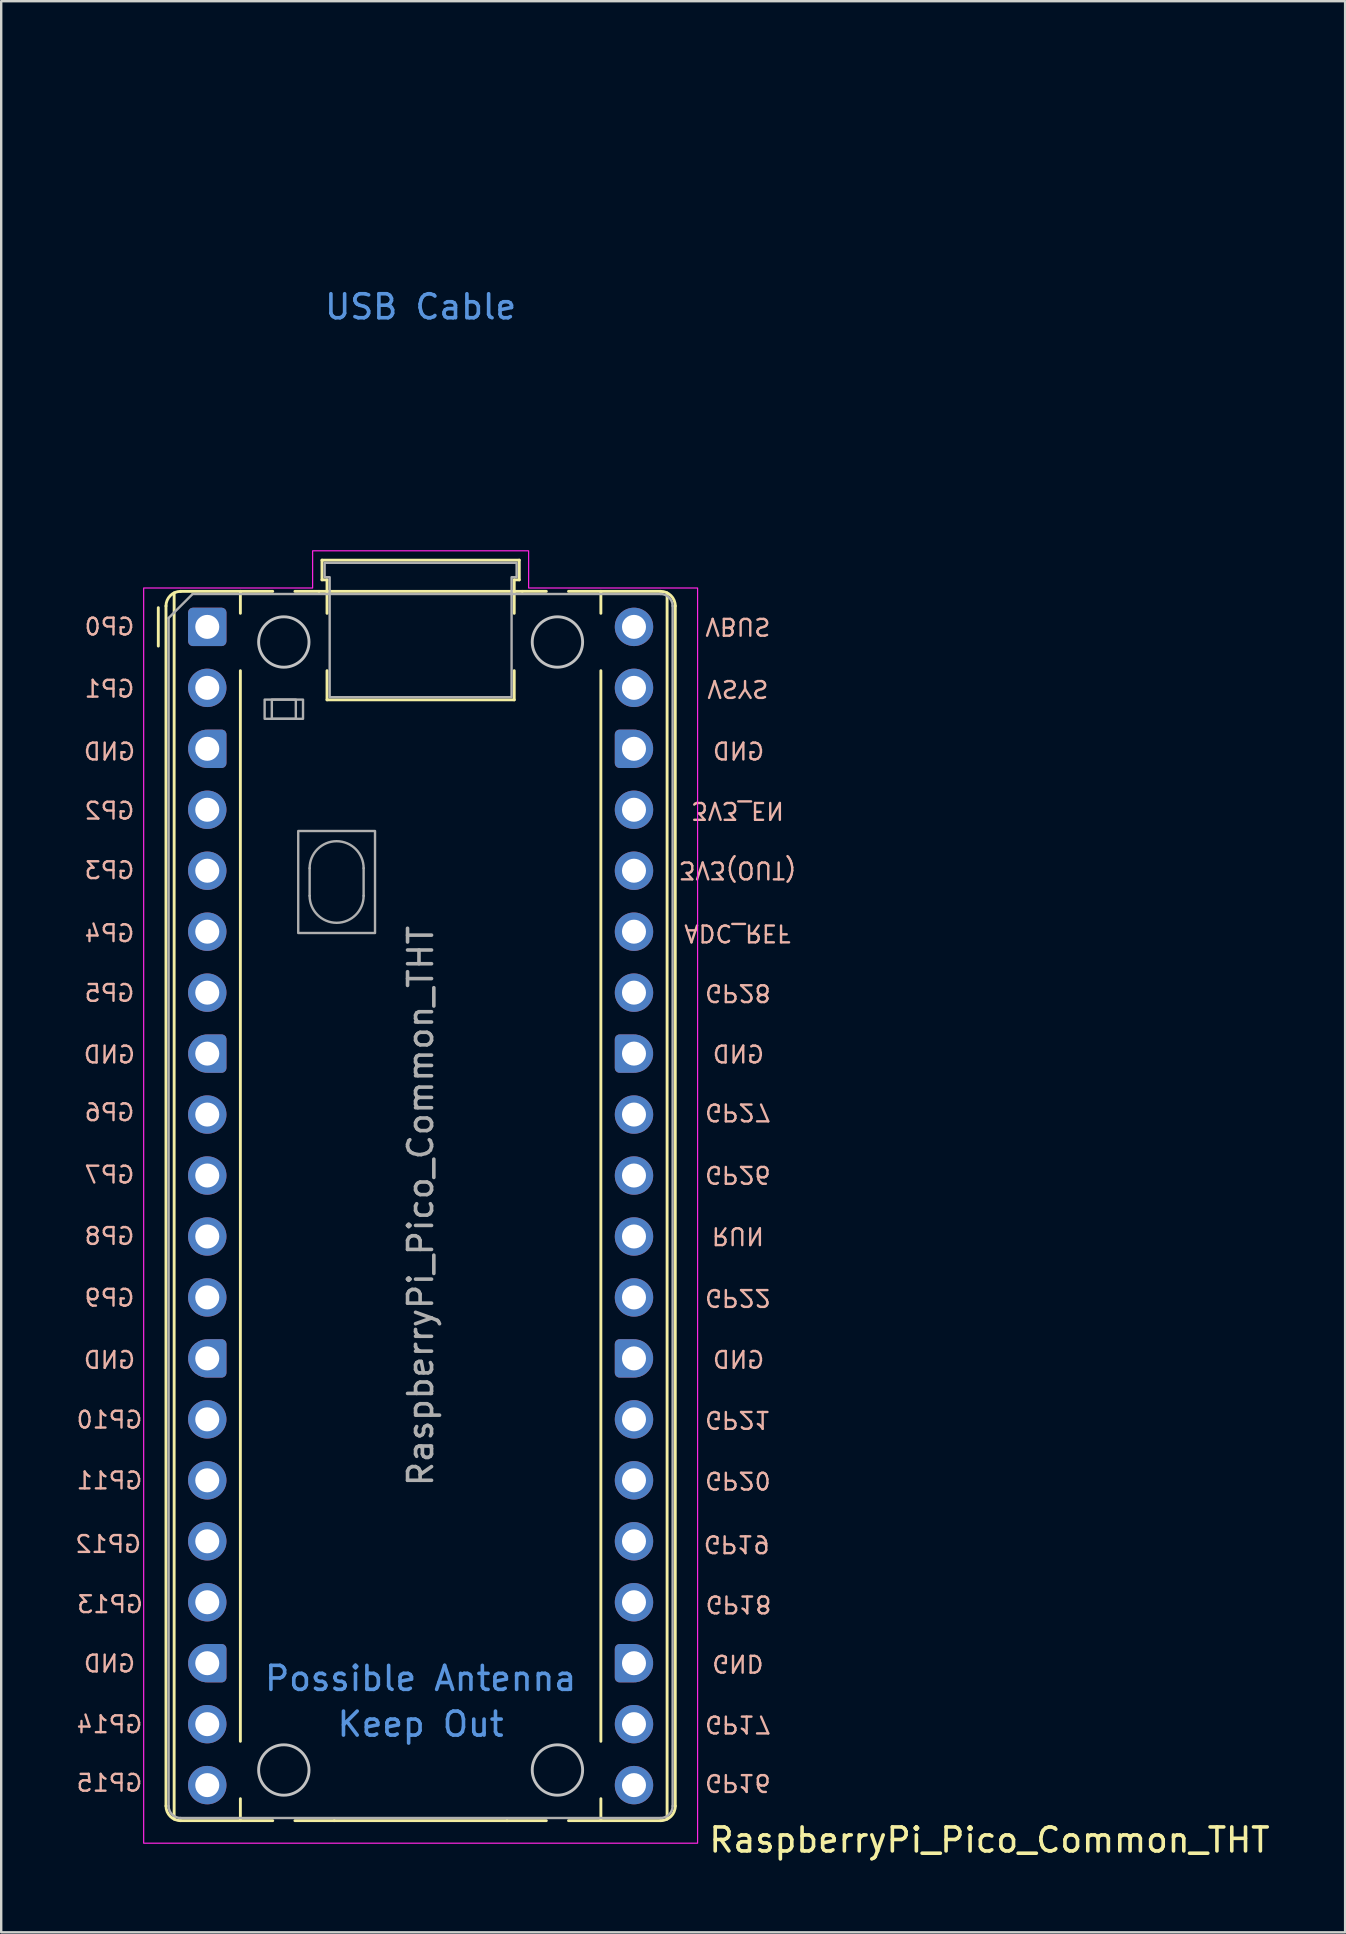
<source format=kicad_pcb>
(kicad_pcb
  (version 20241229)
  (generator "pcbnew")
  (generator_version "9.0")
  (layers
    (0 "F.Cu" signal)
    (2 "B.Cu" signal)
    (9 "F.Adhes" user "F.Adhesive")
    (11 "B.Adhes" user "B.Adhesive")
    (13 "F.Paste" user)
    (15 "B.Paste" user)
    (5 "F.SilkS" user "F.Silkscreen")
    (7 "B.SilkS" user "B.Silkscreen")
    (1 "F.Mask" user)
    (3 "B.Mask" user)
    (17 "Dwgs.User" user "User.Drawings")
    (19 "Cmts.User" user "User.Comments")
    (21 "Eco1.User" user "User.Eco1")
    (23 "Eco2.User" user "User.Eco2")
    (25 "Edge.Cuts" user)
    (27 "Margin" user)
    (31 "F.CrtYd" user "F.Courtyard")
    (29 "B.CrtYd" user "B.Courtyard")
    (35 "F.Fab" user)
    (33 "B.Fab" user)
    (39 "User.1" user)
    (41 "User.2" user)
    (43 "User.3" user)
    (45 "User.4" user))
  (footprint "RaspberryPi_Pico_Common_THT"
    (layer "F.Cu")
    (at 5.586 23.07)
    (property "Reference" "RaspberryPi_Pico_Common_THT" (at 20.828 50.546 0) (unlocked yes) (layer "F.SilkS") (effects (font (size 1 1) (thickness 0.15)) (justify left)))
    (attr through_hole)
    (fp_line (start -2.04 0.8) (end -2.04 -0.8) (stroke (width 0.12) (type solid)) (layer "F.SilkS"))
    (fp_line (start -1.72 -0.87) (end -1.72 49.13) (stroke (width 0.12) (type solid)) (layer "F.SilkS"))
    (fp_line (start -1.38 -1.417) (end -1.38 49.677) (stroke (width 0.12) (type solid)) (layer "F.SilkS"))
    (fp_line (start -1.11 -1.48) (end 1.38 -1.48) (stroke (width 0.12) (type solid)) (layer "F.SilkS"))
    (fp_line (start -1.11 49.74) (end 2.728 49.74) (stroke (width 0.12) (type solid)) (layer "F.SilkS"))
    (fp_line (start 1.38 -1.48) (end 1.38 -0.566) (stroke (width 0.12) (type solid)) (layer "F.SilkS"))
    (fp_line (start 1.38 -1.48) (end 2.728 -1.48) (stroke (width 0.12) (type solid)) (layer "F.SilkS"))
    (fp_line (start 1.38 1.826) (end 1.38 46.434) (stroke (width 0.12) (type solid)) (layer "F.SilkS"))
    (fp_line (start 1.38 48.826) (end 1.38 49.74) (stroke (width 0.12) (type solid)) (layer "F.SilkS"))
    (fp_line (start 3.652 -1.48) (end 4.655 -1.48) (stroke (width 0.12) (type solid)) (layer "F.SilkS"))
    (fp_line (start 4.655 -1.48) (end 13.125 -1.48) (stroke (width 0.12) (type solid)) (layer "F.SilkS"))
    (fp_line (start 4.78 -2.78) (end 4.78 -1.96) (stroke (width 0.12) (type solid)) (layer "F.SilkS"))
    (fp_line (start 4.78 -2.78) (end 13 -2.78) (stroke (width 0.12) (type solid)) (layer "F.SilkS"))
    (fp_line (start 4.78 -1.96) (end 4.99 -1.96) (stroke (width 0.12) (type solid)) (layer "F.SilkS"))
    (fp_line (start 4.99 -1.96) (end 4.99 -0.564) (stroke (width 0.12) (type solid)) (layer "F.SilkS"))
    (fp_line (start 4.99 1.824) (end 4.99 3.04) (stroke (width 0.12) (type solid)) (layer "F.SilkS"))
    (fp_line (start 5.29 49.74) (end 3.652 49.74) (stroke (width 0.12) (type solid)) (layer "F.SilkS"))
    (fp_line (start 12.49 49.74) (end 5.29 49.74) (stroke (width 0.12) (type solid)) (layer "F.SilkS"))
    (fp_line (start 12.79 -1.96) (end 12.79 -0.564) (stroke (width 0.12) (type solid)) (layer "F.SilkS"))
    (fp_line (start 12.79 1.824) (end 12.79 3.04) (stroke (width 0.12) (type solid)) (layer "F.SilkS"))
    (fp_line (start 12.79 3.04) (end 4.99 3.04) (stroke (width 0.12) (type solid)) (layer "F.SilkS"))
    (fp_line (start 13 -2.78) (end 13 -1.96) (stroke (width 0.12) (type solid)) (layer "F.SilkS"))
    (fp_line (start 13 -1.96) (end 12.79 -1.96) (stroke (width 0.12) (type solid)) (layer "F.SilkS"))
    (fp_line (start 13.125 -1.48) (end 14.128 -1.48) (stroke (width 0.12) (type solid)) (layer "F.SilkS"))
    (fp_line (start 14.128 49.74) (end 12.49 49.74) (stroke (width 0.12) (type solid)) (layer "F.SilkS"))
    (fp_line (start 15.052 -1.48) (end 16.4 -1.48) (stroke (width 0.12) (type solid)) (layer "F.SilkS"))
    (fp_line (start 15.052 49.74) (end 18.89 49.74) (stroke (width 0.12) (type solid)) (layer "F.SilkS"))
    (fp_line (start 16.4 -1.48) (end 16.4 -0.566) (stroke (width 0.12) (type solid)) (layer "F.SilkS"))
    (fp_line (start 16.4 1.826) (end 16.4 46.434) (stroke (width 0.12) (type solid)) (layer "F.SilkS"))
    (fp_line (start 16.4 48.826) (end 16.4 49.74) (stroke (width 0.12) (type solid)) (layer "F.SilkS"))
    (fp_line (start 18.89 -1.48) (end 16.4 -1.48) (stroke (width 0.12) (type solid)) (layer "F.SilkS"))
    (fp_line (start 19.16 49.677) (end 19.16 -1.417) (stroke (width 0.12) (type solid)) (layer "F.SilkS"))
    (fp_line (start 19.5 -0.87) (end 19.5 49.13) (stroke (width 0.12) (type solid)) (layer "F.SilkS"))
    (fp_arc (start -1.72 -0.87) (mid -1.541335 -1.301335) (end -1.11 -1.48) (stroke (width 0.12) (type solid)) (layer "F.SilkS"))
    (fp_arc (start -1.11 49.74) (mid -1.541364 49.561364) (end -1.72 49.13) (stroke (width 0.12) (type solid)) (layer "F.SilkS"))
    (fp_arc (start 18.89 -1.48) (mid 19.321335 -1.301335) (end 19.5 -0.87) (stroke (width 0.12) (type solid)) (layer "F.SilkS"))
    (fp_arc (start 19.5 49.13) (mid 19.321335 49.561335) (end 18.89 49.74) (stroke (width 0.12) (type solid)) (layer "F.SilkS"))
    (fp_circle (center 3.19 0.63) (end 4.24 0.63) (stroke (width 0.12) (type solid)) (fill no) (layer "Dwgs.User"))
    (fp_circle (center 3.19 47.63) (end 4.24 47.63) (stroke (width 0.12) (type solid)) (fill no) (layer "Dwgs.User"))
    (fp_circle (center 14.59 0.63) (end 15.64 0.63) (stroke (width 0.12) (type solid)) (fill no) (layer "Dwgs.User"))
    (fp_circle (center 14.59 47.63) (end 15.64 47.63) (stroke (width 0.12) (type solid)) (fill no) (layer "Dwgs.User"))
    (fp_poly (pts (xy 4.39 -3.17) (xy 13.39 -3.17) (xy 13.39 -1.62) (xy 20.43 -1.62) (xy 20.43 50.68) (xy -2.65 50.68) (xy -2.65 -1.62) (xy 4.39 -1.62)) (stroke (width 0.05) (type solid)) (fill no) (layer "F.CrtYd"))
    (fp_line (start -1.61 -0.37) (end -0.61 -1.37) (stroke (width 0.1) (type solid)) (layer "F.Fab"))
    (fp_line (start -1.61 49.13) (end -1.61 -0.37) (stroke (width 0.1) (type solid)) (layer "F.Fab"))
    (fp_line (start -0.61 -1.37) (end 18.89 -1.37) (stroke (width 0.1) (type solid)) (layer "F.Fab"))
    (fp_line (start 4.265 10.055) (end 4.265 11.205) (stroke (width 0.1) (type solid)) (layer "F.Fab"))
    (fp_line (start 6.515 10.055) (end 6.515 11.205) (stroke (width 0.1) (type solid)) (layer "F.Fab"))
    (fp_line (start 18.89 49.63) (end -1.11 49.63) (stroke (width 0.1) (type solid)) (layer "F.Fab"))
    (fp_line (start 19.39 -0.87) (end 19.39 49.13) (stroke (width 0.1) (type solid)) (layer "F.Fab"))
    (fp_rect (start 2.39 3.03) (end 3.99 3.83) (stroke (width 0.1) (type solid)) (fill no) (layer "F.Fab"))
    (fp_rect (start 2.69 3.03) (end 3.69 3.83) (stroke (width 0.1) (type solid)) (fill no) (layer "F.Fab"))
    (fp_rect (start 3.79 8.505) (end 6.99 12.755) (stroke (width 0.1) (type solid)) (fill no) (layer "F.Fab"))
    (fp_arc (start -1.11 49.63) (mid -1.463553 49.483553) (end -1.61 49.13) (stroke (width 0.1) (type solid)) (layer "F.Fab"))
    (fp_arc (start 4.265 10.055) (mid 5.39 8.93) (end 6.515 10.055) (stroke (width 0.1) (type solid)) (layer "F.Fab"))
    (fp_arc (start 6.515 11.205) (mid 5.39 12.33) (end 4.265 11.205) (stroke (width 0.1) (type solid)) (layer "F.Fab"))
    (fp_arc (start 18.89 -1.37) (mid 19.243553 -1.223553) (end 19.39 -0.87) (stroke (width 0.1) (type solid)) (layer "F.Fab"))
    (fp_arc (start 19.39 49.13) (mid 19.243553 49.483553) (end 18.89 49.63) (stroke (width 0.1) (type solid)) (layer "F.Fab"))
    (fp_poly (pts (xy 12.68 2.93) (xy 12.68 -2.07) (xy 12.89 -2.07) (xy 12.89 -2.67) (xy 4.89 -2.67) (xy 4.89 -2.07) (xy 5.1 -2.07) (xy 5.1 2.93)) (stroke (width 0.1) (type solid)) (fill no) (layer "F.Fab"))
    (fp_text user "GP8" (at -2.975 25.798 0) (unlocked yes) (layer "B.SilkS") (effects (font (size 0.7 0.7) (thickness 0.1)) (justify left bottom mirror)))
    (fp_text user "3V3(OUT)" (at 19.609 9.728 180) (unlocked yes) (layer "B.SilkS") (effects (font (size 0.7 0.7) (thickness 0.1)) (justify left bottom mirror)))
    (fp_text user "GP1" (at -2.975 2.997 0) (unlocked yes) (layer "B.SilkS") (effects (font (size 0.7 0.7) (thickness 0.1)) (justify left bottom mirror)))
    (fp_text user "GP6" (at -2.975 20.642 0) (unlocked yes) (layer "B.SilkS") (effects (font (size 0.7 0.7) (thickness 0.1)) (justify left bottom mirror)))
    (fp_text user "GND" (at -2.942 43.612 0) (unlocked yes) (layer "B.SilkS") (effects (font (size 0.7 0.7) (thickness 0.1)) (justify left bottom mirror)))
    (fp_text user "GP17" (at 20.675 45.314 180) (unlocked yes) (layer "B.SilkS") (effects (font (size 0.7 0.7) (thickness 0.1)) (justify left bottom mirror)))
    (fp_text user "GND" (at -2.942 30.963 0) (unlocked yes) (layer "B.SilkS") (effects (font (size 0.7 0.7) (thickness 0.1)) (justify left bottom mirror)))
    (fp_text user "RUN" (at 20.959 24.968 180) (unlocked yes) (layer "B.SilkS") (effects (font (size 0.7 0.7) (thickness 0.1)) (justify left bottom mirror)))
    (fp_text user "GP19" (at 20.625 37.803 180) (unlocked yes) (layer "B.SilkS") (effects (font (size 0.7 0.7) (thickness 0.1)) (justify left bottom mirror)))
    (fp_text user "GP28" (at 20.675 14.842 180) (unlocked yes) (layer "B.SilkS") (effects (font (size 0.7 0.7) (thickness 0.1)) (justify left bottom mirror)))
    (fp_text user "GND" (at 23.264 18.237 0) (unlocked yes) (layer "B.SilkS") (effects (font (size 0.7 0.7) (thickness 0.1)) (justify left bottom mirror)))
    (fp_text user "GP0" (at -2.975 0.406 0) (unlocked yes) (layer "B.SilkS") (effects (font (size 0.7 0.7) (thickness 0.1)) (justify left bottom mirror)))
    (fp_text user "GP13" (at -2.616 41.14 0) (unlocked yes) (layer "B.SilkS") (effects (font (size 0.7 0.7) (thickness 0.1)) (justify left bottom mirror)))
    (fp_text user "VSYS" (at 20.775 2.167 180) (unlocked yes) (layer "B.SilkS") (effects (font (size 0.7 0.7) (thickness 0.1)) (justify left bottom mirror)))
    (fp_text user "GP15" (at -2.642 48.582 0) (unlocked yes) (layer "B.SilkS") (effects (font (size 0.7 0.7) (thickness 0.1)) (justify left bottom mirror)))
    (fp_text user "GP9" (at -2.975 28.372 0) (unlocked yes) (layer "B.SilkS") (effects (font (size 0.7 0.7) (thickness 0.1)) (justify left bottom mirror)))
    (fp_text user "GP16" (at 20.675 47.752 180) (unlocked yes) (layer "B.SilkS") (effects (font (size 0.7 0.7) (thickness 0.1)) (justify left bottom mirror)))
    (fp_text user "GP26" (at 20.675 22.411 180) (unlocked yes) (layer "B.SilkS") (effects (font (size 0.7 0.7) (thickness 0.1)) (justify left bottom mirror)))
    (fp_text user "GP18" (at 20.701 40.31 180) (unlocked yes) (layer "B.SilkS") (effects (font (size 0.7 0.7) (thickness 0.1)) (justify left bottom mirror)))
    (fp_text user "VBUS" (at 20.692 -0.424 180) (unlocked yes) (layer "B.SilkS") (effects (font (size 0.7 0.7) (thickness 0.1)) (justify left bottom mirror)))
    (fp_text user "GP3" (at -2.975 10.558 0) (unlocked yes) (layer "B.SilkS") (effects (font (size 0.7 0.7) (thickness 0.1)) (justify left bottom mirror)))
    (fp_text user "GND" (at 23.269 5.613 0) (unlocked yes) (layer "B.SilkS") (effects (font (size 0.7 0.7) (thickness 0.1)) (justify left bottom mirror)))
    (fp_text user "3V3_EN" (at 20.125 7.247 180) (unlocked yes) (layer "B.SilkS") (effects (font (size 0.7 0.7) (thickness 0.1)) (justify left bottom mirror)))
    (fp_text user "GND" (at -2.942 5.613 0) (unlocked yes) (layer "B.SilkS") (effects (font (size 0.7 0.7) (thickness 0.1)) (justify left bottom mirror)))
    (fp_text user "GP21" (at 20.675 32.622 180) (unlocked yes) (layer "B.SilkS") (effects (font (size 0.7 0.7) (thickness 0.1)) (justify left bottom mirror)))
    (fp_text user "GND" (at 20.975 42.782 180) (unlocked yes) (layer "B.SilkS") (effects (font (size 0.7 0.7) (thickness 0.1)) (justify left bottom mirror)))
    (fp_text user "GP12" (at -2.692 38.633 0) (unlocked yes) (layer "B.SilkS") (effects (font (size 0.7 0.7) (thickness 0.1)) (justify left bottom mirror)))
    (fp_text user "GP7" (at -2.975 23.241 0) (unlocked yes) (layer "B.SilkS") (effects (font (size 0.7 0.7) (thickness 0.1)) (justify left bottom mirror)))
    (fp_text user "GP14" (at -2.642 46.144 0) (unlocked yes) (layer "B.SilkS") (effects (font (size 0.7 0.7) (thickness 0.1)) (justify left bottom mirror)))
    (fp_text user "ADC_REF" (at 19.809 12.353 180) (unlocked yes) (layer "B.SilkS") (effects (font (size 0.7 0.7) (thickness 0.1)) (justify left bottom mirror)))
    (fp_text user "GP22" (at 20.675 27.542 180) (unlocked yes) (layer "B.SilkS") (effects (font (size 0.7 0.7) (thickness 0.1)) (justify left bottom mirror)))
    (fp_text user "GND" (at -2.946 18.237 0) (unlocked yes) (layer "B.SilkS") (effects (font (size 0.7 0.7) (thickness 0.1)) (justify left bottom mirror)))
    (fp_text user "GND" (at 23.269 30.963 0) (unlocked yes) (layer "B.SilkS") (effects (font (size 0.7 0.7) (thickness 0.1)) (justify left bottom mirror)))
    (fp_text user "GP2" (at -2.975 8.077 0) (unlocked yes) (layer "B.SilkS") (effects (font (size 0.7 0.7) (thickness 0.1)) (justify left bottom mirror)))
    (fp_text user "GP5" (at -2.975 15.672 0) (unlocked yes) (layer "B.SilkS") (effects (font (size 0.7 0.7) (thickness 0.1)) (justify left bottom mirror)))
    (fp_text user "GP10" (at -2.642 33.452 0) (unlocked yes) (layer "B.SilkS") (effects (font (size 0.7 0.7) (thickness 0.1)) (justify left bottom mirror)))
    (fp_text user "GP4" (at -2.975 13.183 0) (unlocked yes) (layer "B.SilkS") (effects (font (size 0.7 0.7) (thickness 0.1)) (justify left bottom mirror)))
    (fp_text user "GP27" (at 20.675 19.812 180) (unlocked yes) (layer "B.SilkS") (effects (font (size 0.7 0.7) (thickness 0.1)) (justify left bottom mirror)))
    (fp_text user "GP20" (at 20.675 35.154 180) (unlocked yes) (layer "B.SilkS") (effects (font (size 0.7 0.7) (thickness 0.1)) (justify left bottom mirror)))
    (fp_text user "GP11" (at -2.642 35.984 0) (unlocked yes) (layer "B.SilkS") (effects (font (size 0.7 0.7) (thickness 0.1)) (justify left bottom mirror)))
    (fp_text user "USB Cable" (at 8.89 -13.335 0) (unlocked yes) (layer "Cmts.User") (effects (font (size 1 1) (thickness 0.15))))
    (fp_text user "Keep Out" (at 8.89 45.72 0) (unlocked yes) (layer "Cmts.User") (effects (font (size 1 1) (thickness 0.15))))
    (fp_text user "Possible Antenna" (at 8.89 43.815 0) (unlocked yes) (layer "Cmts.User") (effects (font (size 1 1) (thickness 0.15))))
    (fp_text user "${REFERENCE}" (at 8.89 24.13 90) (layer "F.Fab") (effects (font (size 1 1) (thickness 0.15))))
    (pad "1" thru_hole roundrect (at 0 0) (size 1.6 1.6) (drill 1) (layers "*.Cu" "*.Mask") (roundrect_rratio 0.125))
    (pad "2" thru_hole circle (at 0 2.54) (size 1.6 1.6) (drill 1) (layers "*.Cu" "*.Mask"))
    (pad "3" thru_hole custom (at 0 5.08) (size 1.6 1.6) (drill 1) (layers "*.Cu" "*.Mask") (options (anchor circle)) (primitives (gr_poly (pts (xy 0.8 0.6) (xy 0.8 -0.6) (xy 0.6 -0.8) (xy 0 -0.8) (xy 0 0.8) (xy 0.6 0.8)) (width 0) (fill yes)) (gr_circle (center 0.6 0.6) (end 0.8 0.6) (width 0) (fill yes)) (gr_circle (center 0.6 -0.6) (end 0.8 -0.6) (width 0) (fill yes))))
    (pad "4" thru_hole circle (at 0 7.62) (size 1.6 1.6) (drill 1) (layers "*.Cu" "*.Mask"))
    (pad "5" thru_hole circle (at 0 10.16) (size 1.6 1.6) (drill 1) (layers "*.Cu" "*.Mask"))
    (pad "6" thru_hole circle (at 0 12.7) (size 1.6 1.6) (drill 1) (layers "*.Cu" "*.Mask"))
    (pad "7" thru_hole circle (at 0 15.24) (size 1.6 1.6) (drill 1) (layers "*.Cu" "*.Mask"))
    (pad "8" thru_hole custom (at 0 17.78) (size 1.6 1.6) (drill 1) (layers "*.Cu" "*.Mask") (options (anchor circle)) (primitives (gr_poly (pts (xy 0.8 0.6) (xy 0.8 -0.6) (xy 0.6 -0.8) (xy 0 -0.8) (xy 0 0.8) (xy 0.6 0.8)) (width 0) (fill yes)) (gr_circle (center 0.6 0.6) (end 0.8 0.6) (width 0) (fill yes)) (gr_circle (center 0.6 -0.6) (end 0.8 -0.6) (width 0) (fill yes))))
    (pad "9" thru_hole circle (at 0 20.32) (size 1.6 1.6) (drill 1) (layers "*.Cu" "*.Mask"))
    (pad "10" thru_hole circle (at 0 22.86) (size 1.6 1.6) (drill 1) (layers "*.Cu" "*.Mask"))
    (pad "11" thru_hole circle (at 0 25.4) (size 1.6 1.6) (drill 1) (layers "*.Cu" "*.Mask"))
    (pad "12" thru_hole circle (at 0 27.94) (size 1.6 1.6) (drill 1) (layers "*.Cu" "*.Mask"))
    (pad "13" thru_hole custom (at 0 30.48) (size 1.6 1.6) (drill 1) (layers "*.Cu" "*.Mask") (options (anchor circle)) (primitives (gr_poly (pts (xy 0.8 0.6) (xy 0.8 -0.6) (xy 0.6 -0.8) (xy 0 -0.8) (xy 0 0.8) (xy 0.6 0.8)) (width 0) (fill yes)) (gr_circle (center 0.6 0.6) (end 0.8 0.6) (width 0) (fill yes)) (gr_circle (center 0.6 -0.6) (end 0.8 -0.6) (width 0) (fill yes))))
    (pad "14" thru_hole circle (at 0 33.02) (size 1.6 1.6) (drill 1) (layers "*.Cu" "*.Mask"))
    (pad "15" thru_hole circle (at 0 35.56) (size 1.6 1.6) (drill 1) (layers "*.Cu" "*.Mask"))
    (pad "16" thru_hole circle (at 0 38.1) (size 1.6 1.6) (drill 1) (layers "*.Cu" "*.Mask"))
    (pad "17" thru_hole circle (at 0 40.64) (size 1.6 1.6) (drill 1) (layers "*.Cu" "*.Mask"))
    (pad "18" thru_hole custom (at 0 43.18) (size 1.6 1.6) (drill 1) (layers "*.Cu" "*.Mask") (options (anchor circle)) (primitives (gr_poly (pts (xy 0.8 0.6) (xy 0.8 -0.6) (xy 0.6 -0.8) (xy 0 -0.8) (xy 0 0.8) (xy 0.6 0.8)) (width 0) (fill yes)) (gr_circle (center 0.6 0.6) (end 0.8 0.6) (width 0) (fill yes)) (gr_circle (center 0.6 -0.6) (end 0.8 -0.6) (width 0) (fill yes))))
    (pad "19" thru_hole circle (at 0 45.72) (size 1.6 1.6) (drill 1) (layers "*.Cu" "*.Mask"))
    (pad "20" thru_hole circle (at 0 48.26) (size 1.6 1.6) (drill 1) (layers "*.Cu" "*.Mask"))
    (pad "21" thru_hole circle (at 17.78 48.26) (size 1.6 1.6) (drill 1) (layers "*.Cu" "*.Mask"))
    (pad "22" thru_hole circle (at 17.78 45.72) (size 1.6 1.6) (drill 1) (layers "*.Cu" "*.Mask"))
    (pad "23" thru_hole custom (at 17.78 43.18) (size 1.6 1.6) (drill 1) (layers "*.Cu" "*.Mask") (options (anchor circle)) (primitives (gr_poly (pts (xy -0.8 0.6) (xy -0.8 -0.6) (xy -0.6 -0.8) (xy 0 -0.8) (xy 0 0.8) (xy -0.6 0.8)) (width 0) (fill yes)) (gr_circle (center -0.6 0.6) (end -0.4 0.6) (width 0) (fill yes)) (gr_circle (center -0.6 -0.6) (end -0.4 -0.6) (width 0) (fill yes))))
    (pad "24" thru_hole circle (at 17.78 40.64) (size 1.6 1.6) (drill 1) (layers "*.Cu" "*.Mask"))
    (pad "25" thru_hole circle (at 17.78 38.1) (size 1.6 1.6) (drill 1) (layers "*.Cu" "*.Mask"))
    (pad "26" thru_hole circle (at 17.78 35.56) (size 1.6 1.6) (drill 1) (layers "*.Cu" "*.Mask"))
    (pad "27" thru_hole circle (at 17.78 33.02) (size 1.6 1.6) (drill 1) (layers "*.Cu" "*.Mask"))
    (pad "28" thru_hole custom (at 17.78 30.48) (size 1.6 1.6) (drill 1) (layers "*.Cu" "*.Mask") (options (anchor circle)) (primitives (gr_poly (pts (xy -0.8 0.6) (xy -0.8 -0.6) (xy -0.6 -0.8) (xy 0 -0.8) (xy 0 0.8) (xy -0.6 0.8)) (width 0) (fill yes)) (gr_circle (center -0.6 0.6) (end -0.4 0.6) (width 0) (fill yes)) (gr_circle (center -0.6 -0.6) (end -0.4 -0.6) (width 0) (fill yes))))
    (pad "29" thru_hole circle (at 17.78 27.94) (size 1.6 1.6) (drill 1) (layers "*.Cu" "*.Mask"))
    (pad "30" thru_hole circle (at 17.78 25.4) (size 1.6 1.6) (drill 1) (layers "*.Cu" "*.Mask"))
    (pad "31" thru_hole circle (at 17.78 22.86) (size 1.6 1.6) (drill 1) (layers "*.Cu" "*.Mask"))
    (pad "32" thru_hole circle (at 17.78 20.32) (size 1.6 1.6) (drill 1) (layers "*.Cu" "*.Mask"))
    (pad "33" thru_hole custom (at 17.78 17.78) (size 1.6 1.6) (drill 1) (layers "*.Cu" "*.Mask") (options (anchor circle)) (primitives (gr_poly (pts (xy -0.8 0.6) (xy -0.8 -0.6) (xy -0.6 -0.8) (xy 0 -0.8) (xy 0 0.8) (xy -0.6 0.8)) (width 0) (fill yes)) (gr_circle (center -0.6 0.6) (end -0.4 0.6) (width 0) (fill yes)) (gr_circle (center -0.6 -0.6) (end -0.4 -0.6) (width 0) (fill yes))))
    (pad "34" thru_hole circle (at 17.78 15.24) (size 1.6 1.6) (drill 1) (layers "*.Cu" "*.Mask"))
    (pad "35" thru_hole circle (at 17.78 12.7) (size 1.6 1.6) (drill 1) (layers "*.Cu" "*.Mask"))
    (pad "36" thru_hole circle (at 17.78 10.16) (size 1.6 1.6) (drill 1) (layers "*.Cu" "*.Mask"))
    (pad "37" thru_hole circle (at 17.78 7.62) (size 1.6 1.6) (drill 1) (layers "*.Cu" "*.Mask"))
    (pad "38" thru_hole custom (at 17.78 5.08) (size 1.6 1.6) (drill 1) (layers "*.Cu" "*.Mask") (options (anchor circle)) (primitives (gr_poly (pts (xy -0.8 0.6) (xy -0.8 -0.6) (xy -0.6 -0.8) (xy 0 -0.8) (xy 0 0.8) (xy -0.6 0.8)) (width 0) (fill yes)) (gr_circle (center -0.6 0.6) (end -0.4 0.6) (width 0) (fill yes)) (gr_circle (center -0.6 -0.6) (end -0.4 -0.6) (width 0) (fill yes))))
    (pad "39" thru_hole circle (at 17.78 2.54) (size 1.6 1.6) (drill 1) (layers "*.Cu" "*.Mask"))
    (pad "40" thru_hole circle (at 17.78 0) (size 1.6 1.6) (drill 1) (layers "*.Cu" "*.Mask"))
    (zone (net_name "") (layers "F.Cu" "B.Cu" "F.Paste" "B.Paste") (name "Antenna Copper Keep Out") (hatch full 0.5) (connect_pads) (min_thickness 0.254) (filled_areas_thickness no) (keepout (tracks not_allowed) (vias not_allowed) (pads not_allowed) (copperpour not_allowed) (footprints allowed)) (placement (enabled no)) (fill) (polygon (pts (xy 12.076 72.19) (xy 7.376 68.54) (xy 7.376 64.2) (xy 21.576 64.2) (xy 21.576 68.54) (xy 16.876 72.19) (xy 16.876 73.2) (xy 12.076 73.2))))
    (zone (net_name "") (layer "F.CrtYd") (name "USB Cable") (hatch edge 0.5) (connect_pads) (min_thickness 0.254) (filled_areas_thickness no) (keepout (tracks allowed) (vias allowed) (pads allowed) (copperpour allowed) (footprints allowed)) (placement (enabled no)) (fill) (polygon (pts (xy 8.726 19.5) (xy 10.536 19.5) (xy 10.536 19.9) (xy 18.416 19.9) (xy 18.416 19.5) (xy 20.226 19.5) (xy 20.226 0) (xy 8.726 0)))))
  (gr_rect
    (start -3 -3)
    (end 52.997 77.464)
    (stroke (width 0.1) (type default))
    (fill no)
    (layer "Edge.Cuts")))
</source>
